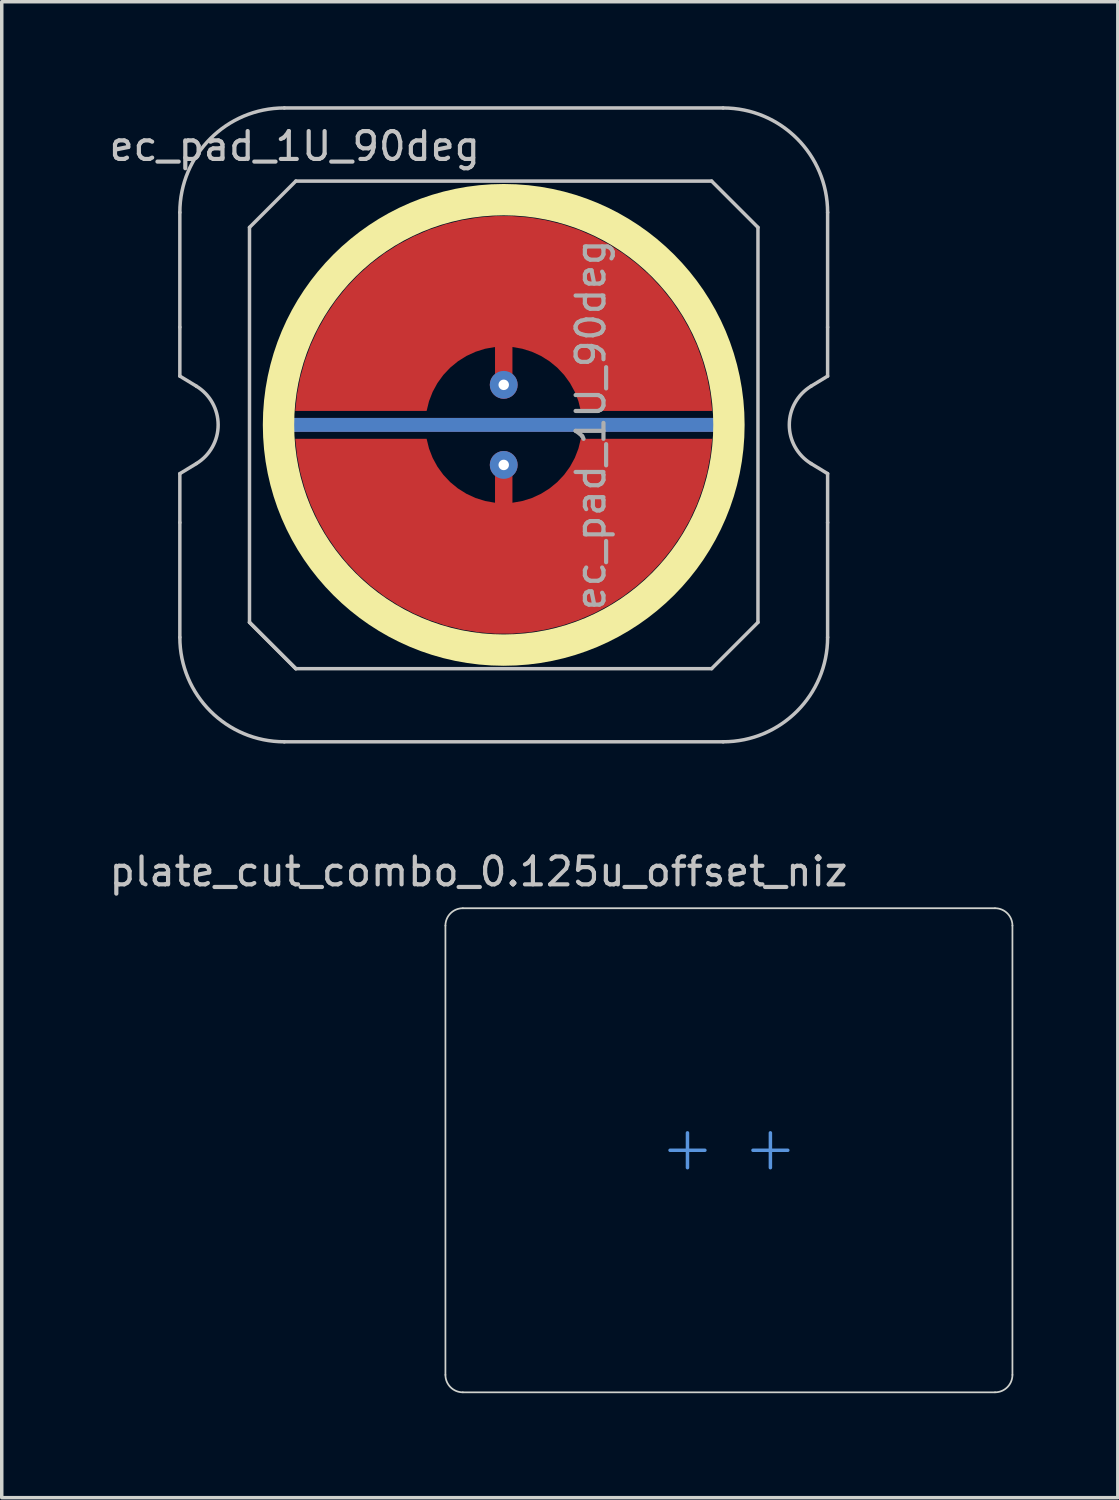
<source format=kicad_pcb>
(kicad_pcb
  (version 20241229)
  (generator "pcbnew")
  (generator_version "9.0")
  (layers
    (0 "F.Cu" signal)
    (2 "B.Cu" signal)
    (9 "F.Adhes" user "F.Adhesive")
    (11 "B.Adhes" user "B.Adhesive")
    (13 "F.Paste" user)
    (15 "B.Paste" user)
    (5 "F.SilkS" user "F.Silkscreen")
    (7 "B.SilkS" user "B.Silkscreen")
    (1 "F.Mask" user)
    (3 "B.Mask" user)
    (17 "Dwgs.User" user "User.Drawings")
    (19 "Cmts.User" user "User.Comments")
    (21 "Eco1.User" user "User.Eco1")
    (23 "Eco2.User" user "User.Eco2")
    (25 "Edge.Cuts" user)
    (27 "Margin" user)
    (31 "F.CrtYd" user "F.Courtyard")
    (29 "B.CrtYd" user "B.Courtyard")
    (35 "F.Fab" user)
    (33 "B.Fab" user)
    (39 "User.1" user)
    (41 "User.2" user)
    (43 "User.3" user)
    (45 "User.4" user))
  (footprint "ec_pad_1U_90deg"
    (layer "F.Cu")
    (at 11.414 9.15)
    (property "Reference" "ec_pad_1U_90deg" (at -6 -8 0) (layer "Dwgs.User") (effects (font (size 0.8 0.8) (thickness 0.12))))
    (attr smd)
    (fp_circle (center 0 0) (end 0 6.467) (stroke (width 0.9) (type solid)) (fill no) (layer "F.SilkS"))
    (fp_line (start -9.3 -2.805) (end -9.3 -6.1) (stroke (width 0.1) (type solid)) (layer "Dwgs.User"))
    (fp_line (start -9.3 -1.4) (end -9.3 -2.805) (stroke (width 0.1) (type solid)) (layer "Dwgs.User"))
    (fp_line (start -9.3 1.4) (end -8.824 1.111) (stroke (width 0.1) (type solid)) (layer "Dwgs.User"))
    (fp_line (start -9.3 2.805) (end -9.3 1.4) (stroke (width 0.1) (type solid)) (layer "Dwgs.User"))
    (fp_line (start -9.3 6.1) (end -9.3 2.805) (stroke (width 0.1) (type solid)) (layer "Dwgs.User"))
    (fp_line (start -8.824 -1.111) (end -9.3 -1.4) (stroke (width 0.1) (type solid)) (layer "Dwgs.User"))
    (fp_line (start -7.3 -5.67) (end -5.97 -7) (stroke (width 0.1) (type solid)) (layer "Dwgs.User"))
    (fp_line (start -7.3 5.67) (end -7.3 -5.67) (stroke (width 0.1) (type solid)) (layer "Dwgs.User"))
    (fp_line (start -7.3 5.67) (end -5.97 7) (stroke (width 0.1) (type solid)) (layer "Dwgs.User"))
    (fp_line (start -6.3 -9.1) (end 6.3 -9.1) (stroke (width 0.1) (type solid)) (layer "Dwgs.User"))
    (fp_line (start -5.97 -7) (end 5.97 -7) (stroke (width 0.1) (type solid)) (layer "Dwgs.User"))
    (fp_line (start -5.97 7) (end -7.3 5.67) (stroke (width 0.1) (type solid)) (layer "Dwgs.User"))
    (fp_line (start 5.97 -7) (end 7.3 -5.67) (stroke (width 0.1) (type solid)) (layer "Dwgs.User"))
    (fp_line (start 5.97 7) (end -5.97 7) (stroke (width 0.1) (type solid)) (layer "Dwgs.User"))
    (fp_line (start 6.3 9.1) (end -6.3 9.1) (stroke (width 0.1) (type solid)) (layer "Dwgs.User"))
    (fp_line (start 7.3 -5.67) (end 7.3 5.67) (stroke (width 0.1) (type solid)) (layer "Dwgs.User"))
    (fp_line (start 7.3 5.67) (end 5.97 7) (stroke (width 0.1) (type solid)) (layer "Dwgs.User"))
    (fp_line (start 8.824 1.111) (end 9.3 1.4) (stroke (width 0.1) (type solid)) (layer "Dwgs.User"))
    (fp_line (start 9.3 -6.1) (end 9.3 -2.805) (stroke (width 0.1) (type solid)) (layer "Dwgs.User"))
    (fp_line (start 9.3 -2.805) (end 9.3 -1.4) (stroke (width 0.1) (type solid)) (layer "Dwgs.User"))
    (fp_line (start 9.3 -1.4) (end 8.824 -1.111) (stroke (width 0.1) (type solid)) (layer "Dwgs.User"))
    (fp_line (start 9.3 1.4) (end 9.3 2.805) (stroke (width 0.1) (type solid)) (layer "Dwgs.User"))
    (fp_line (start 9.3 2.805) (end 9.3 6.1) (stroke (width 0.1) (type solid)) (layer "Dwgs.User"))
    (fp_arc (start -9.3 -6.1) (mid -8.42132 -8.22132) (end -6.3 -9.1) (stroke (width 0.1) (type solid)) (layer "Dwgs.User"))
    (fp_arc (start -8.824333 -1.110619) (mid -8.2 0) (end -8.824333 1.110619) (stroke (width 0.1) (type solid)) (layer "Dwgs.User"))
    (fp_arc (start -6.3 9.1) (mid -8.42132 8.22132) (end -9.3 6.1) (stroke (width 0.1) (type solid)) (layer "Dwgs.User"))
    (fp_arc (start 6.3 -9.1) (mid 8.42132 -8.22132) (end 9.3 -6.1) (stroke (width 0.1) (type solid)) (layer "Dwgs.User"))
    (fp_arc (start 8.824333 1.110619) (mid 8.2 0) (end 8.824333 -1.110619) (stroke (width 0.1) (type solid)) (layer "Dwgs.User"))
    (fp_arc (start 9.3 6.1) (mid 8.42132 8.22132) (end 6.3 9.1) (stroke (width 0.1) (type solid)) (layer "Dwgs.User"))
    (fp_text user "${REFERENCE}" (at 2.5 0 270) (layer "F.Fab") (effects (font (size 0.8 0.8) (thickness 0.12))))
    (pad "1" thru_hole circle (at 0 -1.15 180) (size 0.8 0.8) (drill 0.3) (layers "*.Cu"))
    (pad "1" smd custom (at 0 -1 270) (size 0.4 0.4) (layers "F.Cu") (options (anchor circle)) (primitives (gr_poly (pts (xy 0.6 -2.214) (xy 0.32 -2.145) (xy 0.052 -2.041) (xy -0.201 -1.903) (xy -0.434 -1.734) (xy -0.644 -1.536) (xy -0.826 -1.314) (xy -0.979 -1.07) (xy -1.1 -0.808) (xy -1.186 -0.534) (xy -1.236 -0.25) (xy 0 -0.25) (xy 0.096 -0.231) (xy 0.177 -0.177) (xy 0.231 -0.096) (xy 0.25 0) (xy 0.231 0.096) (xy 0.177 0.177) (xy 0.096 0.231) (xy 0 0.25) (xy -1.236 0.25) (xy -1.186 0.534) (xy -1.1 0.808) (xy -0.979 1.07) (xy -0.826 1.314) (xy -0.644 1.536) (xy -0.434 1.734) (xy -0.201 1.903) (xy 0.052 2.041) (xy 0.32 2.145) (xy 0.6 2.214) (xy 0.6 5.987) (xy 0.115 5.934) (xy -0.364 5.843) (xy -0.834 5.713) (xy -1.292 5.545) (xy -1.735 5.341) (xy -2.159 5.101) (xy -2.563 4.827) (xy -2.943 4.522) (xy -3.298 4.187) (xy -3.623 3.824) (xy -3.919 3.436) (xy -4.182 3.025) (xy -4.41 2.594) (xy -4.603 2.147) (xy -4.759 1.684) (xy -4.876 1.211) (xy -4.955 0.73) (xy -4.995 0.244) (xy -4.995 -0.244) (xy -4.955 -0.73) (xy -4.876 -1.211) (xy -4.759 -1.684) (xy -4.603 -2.147) (xy -4.41 -2.594) (xy -4.182 -3.025) (xy -3.919 -3.436) (xy -3.623 -3.824) (xy -3.298 -4.187) (xy -2.943 -4.522) (xy -2.563 -4.827) (xy -2.159 -5.101) (xy -1.735 -5.341) (xy -1.292 -5.545) (xy -0.834 -5.713) (xy -0.364 -5.843) (xy 0.115 -5.934) (xy 0.6 -5.987)) (width 0) (fill yes))))
    (pad "2" smd custom (at 0 1 90) (size 0.4 0.4) (layers "F.Cu") (options (anchor circle)) (primitives (gr_poly (pts (xy 0.6 -2.214) (xy 0.32 -2.145) (xy 0.052 -2.041) (xy -0.201 -1.903) (xy -0.434 -1.734) (xy -0.644 -1.536) (xy -0.826 -1.314) (xy -0.979 -1.07) (xy -1.1 -0.808) (xy -1.186 -0.534) (xy -1.236 -0.25) (xy 0 -0.25) (xy 0.096 -0.231) (xy 0.177 -0.177) (xy 0.231 -0.096) (xy 0.25 0) (xy 0.231 0.096) (xy 0.177 0.177) (xy 0.096 0.231) (xy 0 0.25) (xy -1.236 0.25) (xy -1.186 0.534) (xy -1.1 0.808) (xy -0.979 1.07) (xy -0.826 1.314) (xy -0.644 1.536) (xy -0.434 1.734) (xy -0.201 1.903) (xy 0.052 2.041) (xy 0.32 2.145) (xy 0.6 2.214) (xy 0.6 5.987) (xy 0.115 5.934) (xy -0.364 5.843) (xy -0.834 5.713) (xy -1.292 5.545) (xy -1.735 5.341) (xy -2.159 5.101) (xy -2.563 4.827) (xy -2.943 4.522) (xy -3.298 4.187) (xy -3.623 3.824) (xy -3.919 3.436) (xy -4.182 3.025) (xy -4.41 2.594) (xy -4.603 2.147) (xy -4.759 1.684) (xy -4.876 1.211) (xy -4.955 0.73) (xy -4.995 0.244) (xy -4.995 -0.244) (xy -4.955 -0.73) (xy -4.876 -1.211) (xy -4.759 -1.684) (xy -4.603 -2.147) (xy -4.41 -2.594) (xy -4.182 -3.025) (xy -3.919 -3.436) (xy -3.623 -3.824) (xy -3.298 -4.187) (xy -2.943 -4.522) (xy -2.563 -4.827) (xy -2.159 -5.101) (xy -1.735 -5.341) (xy -1.292 -5.545) (xy -0.834 -5.713) (xy -0.364 -5.843) (xy 0.115 -5.934) (xy 0.6 -5.987)) (width 0) (fill yes))))
    (pad "2" thru_hole circle (at 0 1.15 180) (size 0.8 0.8) (drill 0.3) (layers "*.Cu"))
    (pad "3" smd roundrect (at 0 0 90) (size 0.4 12.5) (layers "B.Cu") (roundrect_rratio 0.5))
    (pad "3" smd roundrect (at 0 0 90) (size 0.4 12.75) (layers "F.Cu") (roundrect_rratio 0.5))
    (zone (net_name "") (layer "F.Cu") (hatch edge 0.508) (connect_pads) (min_thickness 0.254) (filled_areas_thickness no) (keepout (tracks allowed) (vias allowed) (pads allowed) (copperpour not_allowed) (footprints allowed)) (placement (enabled no)) (fill) (polygon (pts (xy 5.164 9.15) (xy 5.188 8.605) (xy 5.259 8.065) (xy 5.377 7.532) (xy 5.541 7.012) (xy 5.75 6.509) (xy 6.002 6.025) (xy 6.295 5.565) (xy 6.626 5.133) (xy 6.995 4.731) (xy 7.397 4.362) (xy 7.829 4.03) (xy 8.289 3.737) (xy 8.773 3.486) (xy 9.277 3.277) (xy 9.797 3.113) (xy 10.329 2.995) (xy 10.87 2.924) (xy 11.414 2.9) (xy 11.959 2.924) (xy 12.5 2.995) (xy 13.032 3.113) (xy 13.552 3.277) (xy 14.056 3.486) (xy 14.539 3.737) (xy 14.999 4.03) (xy 15.432 4.362) (xy 15.834 4.731) (xy 16.202 5.133) (xy 16.534 5.565) (xy 16.827 6.025) (xy 17.079 6.509) (xy 17.287 7.012) (xy 17.451 7.532) (xy 17.569 8.065) (xy 17.64 8.605) (xy 17.664 9.15) (xy 17.64 9.695) (xy 17.569 10.235) (xy 17.451 10.768) (xy 17.287 11.288) (xy 17.079 11.791) (xy 16.827 12.275) (xy 16.534 12.735) (xy 16.202 13.167) (xy 15.834 13.569) (xy 15.432 13.938) (xy 14.999 14.27) (xy 14.539 14.563) (xy 14.056 14.814) (xy 13.552 15.023) (xy 13.032 15.187) (xy 12.5 15.305) (xy 11.959 15.376) (xy 11.414 15.4) (xy 10.87 15.376) (xy 10.329 15.305) (xy 9.797 15.187) (xy 9.277 15.023) (xy 8.773 14.814) (xy 8.289 14.563) (xy 7.829 14.27) (xy 7.397 13.938) (xy 6.995 13.569) (xy 6.626 13.167) (xy 6.295 12.735) (xy 6.002 12.275) (xy 5.75 11.791) (xy 5.541 11.288) (xy 5.377 10.768) (xy 5.259 10.235) (xy 5.188 9.695))))
    (zone (net_name "") (layer "B.Cu") (hatch edge 0.1) (connect_pads) (min_thickness 0.254) (filled_areas_thickness no) (keepout (tracks allowed) (vias allowed) (pads allowed) (copperpour not_allowed) (footprints allowed)) (placement (enabled no)) (fill) (polygon (pts (xy 5.414 9.15) (xy 5.437 8.627) (xy 5.505 8.108) (xy 5.619 7.597) (xy 5.776 7.098) (xy 5.976 6.614) (xy 6.218 6.15) (xy 6.499 5.709) (xy 6.818 5.293) (xy 7.172 4.907) (xy 7.558 4.554) (xy 7.973 4.235) (xy 8.414 3.954) (xy 8.879 3.712) (xy 9.362 3.512) (xy 9.861 3.354) (xy 10.372 3.241) (xy 10.891 3.173) (xy 11.414 3.15) (xy 11.937 3.173) (xy 12.456 3.241) (xy 12.967 3.354) (xy 13.466 3.512) (xy 13.95 3.712) (xy 14.414 3.954) (xy 14.856 4.235) (xy 15.271 4.554) (xy 15.657 4.907) (xy 16.011 5.293) (xy 16.329 5.709) (xy 16.61 6.15) (xy 16.852 6.614) (xy 17.052 7.098) (xy 17.21 7.597) (xy 17.323 8.108) (xy 17.391 8.627) (xy 17.414 9.15) (xy 17.391 9.673) (xy 17.323 10.192) (xy 17.21 10.703) (xy 17.052 11.202) (xy 16.852 11.686) (xy 16.61 12.15) (xy 16.329 12.591) (xy 16.011 13.007) (xy 15.657 13.393) (xy 15.271 13.746) (xy 14.856 14.065) (xy 14.414 14.346) (xy 13.95 14.588) (xy 13.466 14.788) (xy 12.967 14.946) (xy 12.456 15.059) (xy 11.937 15.127) (xy 11.414 15.15) (xy 10.891 15.127) (xy 10.372 15.059) (xy 9.861 14.946) (xy 9.362 14.788) (xy 8.879 14.588) (xy 8.414 14.346) (xy 7.973 14.065) (xy 7.558 13.746) (xy 7.172 13.393) (xy 6.818 13.007) (xy 6.499 12.591) (xy 6.218 12.15) (xy 5.976 11.686) (xy 5.776 11.202) (xy 5.619 10.703) (xy 5.505 10.192) (xy 5.437 9.673)))))
  (footprint "plate_cut_combo_0.125u_offset_niz"
    (layer "F.Cu")
    (at 16.69 29.979)
    (property "Reference" "plate_cut_combo_0.125u_offset_niz" (at -6 -8 0) (layer "Dwgs.User") (effects (font (size 0.8 0.8) (thickness 0.12))))
    (attr smd)
    (fp_line (start -0.5 0) (end 0.5 0) (stroke (width 0.1) (type default)) (layer "Cmts.User"))
    (fp_line (start 0 -0.5) (end 0 0.5) (stroke (width 0.1) (type default)) (layer "Cmts.User"))
    (fp_line (start 1.881 0) (end 2.881 0) (stroke (width 0.1) (type default)) (layer "Cmts.User"))
    (fp_line (start 2.381 -0.5) (end 2.381 0.5) (stroke (width 0.1) (type default)) (layer "Cmts.User"))
    (fp_line (start -6.95 6.45) (end -6.95 -6.45) (stroke (width 0.05) (type default)) (layer "Edge.Cuts"))
    (fp_line (start -6.45 -6.95) (end 8.831 -6.95) (stroke (width 0.05) (type default)) (layer "Edge.Cuts"))
    (fp_line (start -6.45 6.95) (end 8.831 6.95) (stroke (width 0.05) (type default)) (layer "Edge.Cuts"))
    (fp_line (start 9.331 -6.45) (end 9.331 6.45) (stroke (width 0.05) (type default)) (layer "Edge.Cuts"))
    (fp_arc (start -6.95 -6.45) (mid -6.803553 -6.803553) (end -6.45 -6.95) (stroke (width 0.05) (type default)) (layer "Edge.Cuts"))
    (fp_arc (start -6.45 6.95) (mid -6.803553 6.803553) (end -6.95 6.45) (stroke (width 0.05) (type default)) (layer "Edge.Cuts"))
    (fp_arc (start 8.83125 -6.95) (mid 9.184833 -6.803583) (end 9.33125 -6.45) (stroke (width 0.05) (type default)) (layer "Edge.Cuts"))
    (fp_arc (start 9.33125 6.45) (mid 9.184803 6.803553) (end 8.83125 6.95) (stroke (width 0.05) (type default)) (layer "Edge.Cuts")))
  (gr_rect
    (start -3 -3)
    (end 29.047 39.954)
    (stroke (width 0.1) (type default))
    (fill no)
    (layer "Edge.Cuts")))
</source>
